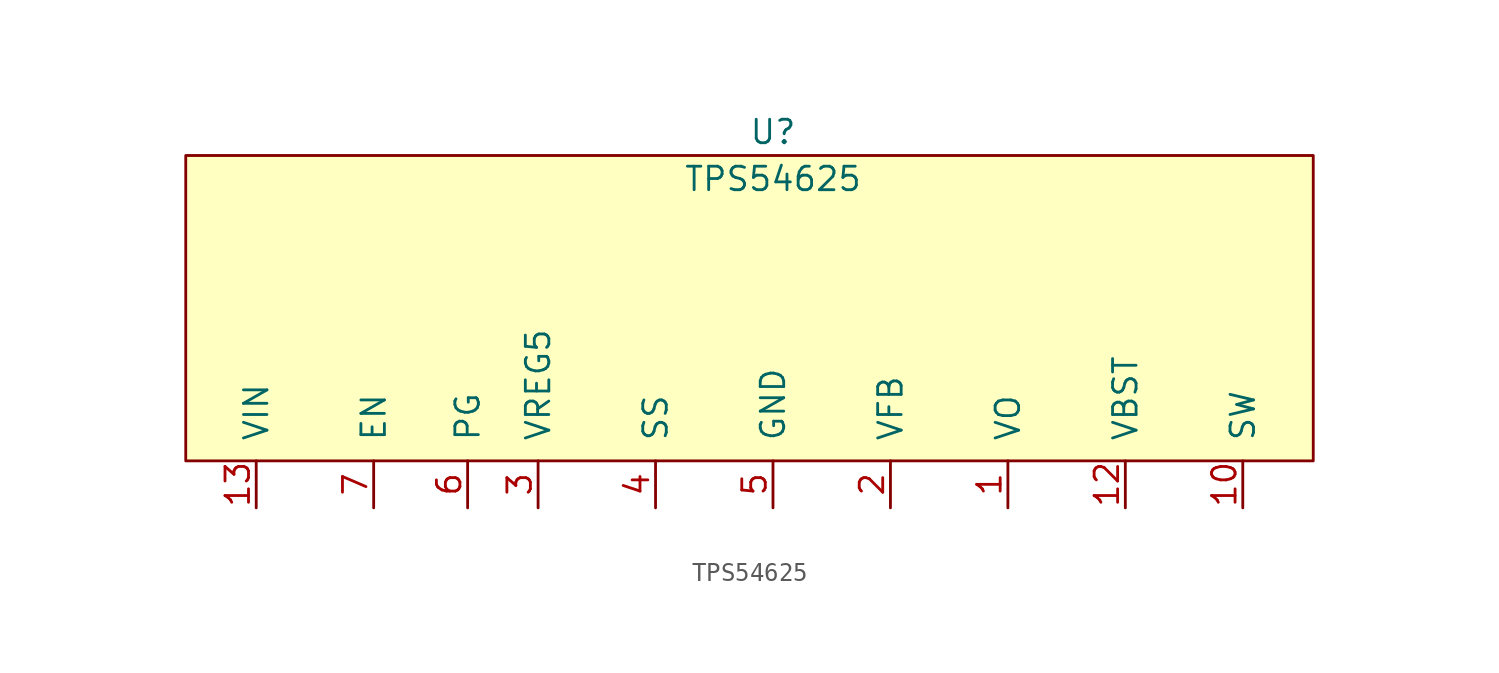
<source format=kicad_sym>
(kicad_symbol_lib
  (version 20220914)
  (generator kicad_symbol_editor)
  (symbol "TPS54625"
    (pin_names
      (offset 1.016))
    (property "Reference" "U"
      (at 0 2.54 0)
      (effects (font (size 1.27 1.27))))
    (property "Value" "TPS54625"
      (at 0 0 0)
      (effects (font (size 1.27 1.27))))
    (symbol "TPS54625_0_1"
      (rectangle (start -31.75 -15.24) (end 29.21 1.27) (stroke (width 0) (type solid)) (fill (type background))))
    (symbol "TPS54625_1_1"
      (pin power_out line (at 12.7 -17.78 90) (length 2.54) (name "VO" (effects (font (size 1.27 1.27)))) (number "1" (effects (font (size 1.27 1.27)))))
      (pin passive line (at 25.4 -17.78 90) (length 2.54) (name "SW" (effects (font (size 1.27 1.27)))) (number "10" (effects (font (size 1.27 1.27)))))
      (pin passive line (at 25.4 -17.78 90) (length 2.54) hide (name "SW" (effects (font (size 1.27 1.27)))) (number "11" (effects (font (size 1.27 1.27)))))
      (pin passive line (at 19.05 -17.78 90) (length 2.54) (name "VBST" (effects (font (size 1.27 1.27)))) (number "12" (effects (font (size 1.27 1.27)))))
      (pin power_in line (at -27.94 -17.78 90) (length 2.54) (name "VIN" (effects (font (size 1.27 1.27)))) (number "13" (effects (font (size 1.27 1.27)))))
      (pin passive line (at -27.94 -17.78 90) (length 2.54) hide (name "VIN" (effects (font (size 1.27 1.27)))) (number "14" (effects (font (size 1.27 1.27)))))
      (pin passive line (at 0 -17.78 90) (length 2.54) hide (name "GND" (effects (font (size 1.27 1.27)))) (number "15" (effects (font (size 1.27 1.27)))))
      (pin input line (at 6.35 -17.78 90) (length 2.54) (name "VFB" (effects (font (size 1.27 1.27)))) (number "2" (effects (font (size 1.27 1.27)))))
      (pin passive line (at -12.7 -17.78 90) (length 2.54) (name "VREG5" (effects (font (size 1.27 1.27)))) (number "3" (effects (font (size 1.27 1.27)))))
      (pin passive line (at -6.35 -17.78 90) (length 2.54) (name "SS" (effects (font (size 1.27 1.27)))) (number "4" (effects (font (size 1.27 1.27)))))
      (pin power_in line (at 0 -17.78 90) (length 2.54) (name "GND" (effects (font (size 1.27 1.27)))) (number "5" (effects (font (size 1.27 1.27)))))
      (pin passive line (at -16.51 -17.78 90) (length 2.54) (name "PG" (effects (font (size 1.27 1.27)))) (number "6" (effects (font (size 1.27 1.27)))))
      (pin input line (at -21.59 -17.78 90) (length 2.54) (name "EN" (effects (font (size 1.27 1.27)))) (number "7" (effects (font (size 1.27 1.27)))))
      (pin passive line (at 0 -17.78 90) (length 2.54) hide (name "GND" (effects (font (size 1.27 1.27)))) (number "8" (effects (font (size 1.27 1.27)))))
      (pin passive line (at 0 -17.78 90) (length 2.54) hide (name "GND" (effects (font (size 1.27 1.27)))) (number "9" (effects (font (size 1.27 1.27))))))))
</source>
